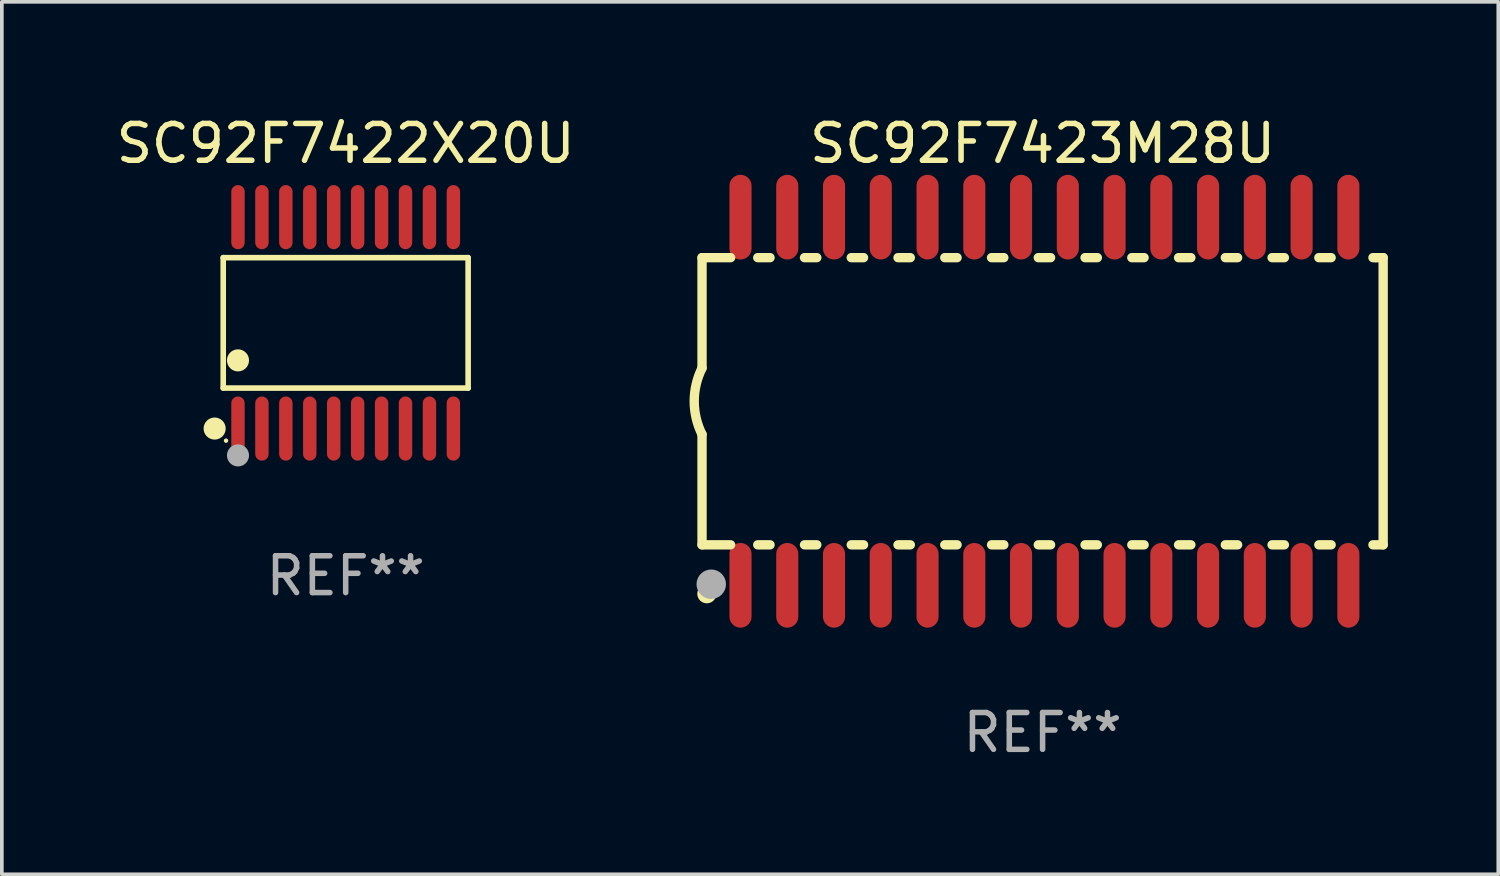
<source format=kicad_pcb>
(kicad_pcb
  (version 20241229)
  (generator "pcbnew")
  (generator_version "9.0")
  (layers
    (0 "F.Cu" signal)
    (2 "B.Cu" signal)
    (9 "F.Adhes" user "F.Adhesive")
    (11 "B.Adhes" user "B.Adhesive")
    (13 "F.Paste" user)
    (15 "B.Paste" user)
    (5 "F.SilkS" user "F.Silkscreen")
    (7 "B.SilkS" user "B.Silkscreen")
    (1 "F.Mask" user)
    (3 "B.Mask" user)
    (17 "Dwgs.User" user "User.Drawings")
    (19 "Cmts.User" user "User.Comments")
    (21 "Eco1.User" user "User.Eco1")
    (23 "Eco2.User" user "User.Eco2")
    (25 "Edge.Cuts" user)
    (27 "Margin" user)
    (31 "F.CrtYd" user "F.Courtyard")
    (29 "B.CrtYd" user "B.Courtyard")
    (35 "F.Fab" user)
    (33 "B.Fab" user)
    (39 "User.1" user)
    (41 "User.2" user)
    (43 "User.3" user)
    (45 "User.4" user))
  (footprint "SC92F7422X20U"
    (layer "F.Cu")
    (at 6.339 5.719)
    (property "Reference" "SC92F7422X20U" (at 0 -4.871 0) (layer "F.SilkS") (effects (font (size 1 1) (thickness 0.15))))
    (attr through_hole)
    (fp_line (start -3.326 -1.771) (end 3.326 -1.771) (stroke (width 0.152) (type solid)) (layer "F.SilkS"))
    (fp_line (start -3.326 1.771) (end -3.326 -1.771) (stroke (width 0.152) (type solid)) (layer "F.SilkS"))
    (fp_line (start 3.326 -1.771) (end 3.326 1.771) (stroke (width 0.152) (type solid)) (layer "F.SilkS"))
    (fp_line (start 3.326 1.771) (end -3.326 1.771) (stroke (width 0.152) (type solid)) (layer "F.SilkS"))
    (fp_circle (center -3.559 2.871) (end -3.409 2.871) (stroke (width 0.3) (type solid)) (fill no) (layer "F.SilkS"))
    (fp_circle (center -3.25 3.2) (end -3.22 3.2) (stroke (width 0.06) (type solid)) (fill no) (layer "F.SilkS"))
    (fp_circle (center -2.925 1.019) (end -2.775 1.019) (stroke (width 0.3) (type solid)) (fill no) (layer "F.SilkS"))
    (fp_circle (center -2.925 3.6) (end -2.775 3.6) (stroke (width 0.3) (type solid)) (fill no) (layer "F.Fab"))
    (fp_text user "REF**" (at 0 6.871 0) (layer "F.Fab") (effects (font (size 1 1) (thickness 0.15))))
    (pad "1" smd oval (at -2.925 2.871) (size 0.364 1.742) (layers "F.Cu" "F.Mask" "F.Paste"))
    (pad "2" smd oval (at -2.275 2.871) (size 0.364 1.742) (layers "F.Cu" "F.Mask" "F.Paste"))
    (pad "3" smd oval (at -1.625 2.871) (size 0.364 1.742) (layers "F.Cu" "F.Mask" "F.Paste"))
    (pad "4" smd oval (at -0.975 2.871) (size 0.364 1.742) (layers "F.Cu" "F.Mask" "F.Paste"))
    (pad "5" smd oval (at -0.325 2.871) (size 0.364 1.742) (layers "F.Cu" "F.Mask" "F.Paste"))
    (pad "6" smd oval (at 0.325 2.871) (size 0.364 1.742) (layers "F.Cu" "F.Mask" "F.Paste"))
    (pad "7" smd oval (at 0.975 2.871) (size 0.364 1.742) (layers "F.Cu" "F.Mask" "F.Paste"))
    (pad "8" smd oval (at 1.625 2.871) (size 0.364 1.742) (layers "F.Cu" "F.Mask" "F.Paste"))
    (pad "9" smd oval (at 2.275 2.871) (size 0.364 1.742) (layers "F.Cu" "F.Mask" "F.Paste"))
    (pad "10" smd oval (at 2.925 2.871) (size 0.364 1.742) (layers "F.Cu" "F.Mask" "F.Paste"))
    (pad "11" smd oval (at 2.925 -2.871) (size 0.364 1.742) (layers "F.Cu" "F.Mask" "F.Paste"))
    (pad "12" smd oval (at 2.275 -2.871) (size 0.364 1.742) (layers "F.Cu" "F.Mask" "F.Paste"))
    (pad "13" smd oval (at 1.625 -2.871) (size 0.364 1.742) (layers "F.Cu" "F.Mask" "F.Paste"))
    (pad "14" smd oval (at 0.975 -2.871) (size 0.364 1.742) (layers "F.Cu" "F.Mask" "F.Paste"))
    (pad "15" smd oval (at 0.325 -2.871) (size 0.364 1.742) (layers "F.Cu" "F.Mask" "F.Paste"))
    (pad "16" smd oval (at -0.325 -2.871) (size 0.364 1.742) (layers "F.Cu" "F.Mask" "F.Paste"))
    (pad "17" smd oval (at -0.975 -2.871) (size 0.364 1.742) (layers "F.Cu" "F.Mask" "F.Paste"))
    (pad "18" smd oval (at -1.625 -2.871) (size 0.364 1.742) (layers "F.Cu" "F.Mask" "F.Paste"))
    (pad "19" smd oval (at -2.275 -2.871) (size 0.364 1.742) (layers "F.Cu" "F.Mask" "F.Paste"))
    (pad "20" smd oval (at -2.925 -2.871) (size 0.364 1.742) (layers "F.Cu" "F.Mask" "F.Paste")))
  (footprint "SC92F7423M28U"
    (layer "F.Cu")
    (at 25.268 7.848)
    (property "Reference" "SC92F7423M28U" (at 0 -7 0) (layer "F.SilkS") (effects (font (size 1 1) (thickness 0.15))))
    (attr through_hole)
    (fp_line (start -9.25 -3.9) (end -9.25 -0.9) (stroke (width 0.254) (type solid)) (layer "F.SilkS"))
    (fp_line (start -9.25 -3.9) (end -8.473 -3.9) (stroke (width 0.254) (type solid)) (layer "F.SilkS"))
    (fp_line (start -9.25 3.9) (end -9.25 0.9) (stroke (width 0.254) (type solid)) (layer "F.SilkS"))
    (fp_line (start -9.25 3.9) (end -8.473 3.9) (stroke (width 0.254) (type solid)) (layer "F.SilkS"))
    (fp_line (start -7.737 -3.9) (end -7.403 -3.9) (stroke (width 0.254) (type solid)) (layer "F.SilkS"))
    (fp_line (start -7.737 3.9) (end -7.403 3.9) (stroke (width 0.254) (type solid)) (layer "F.SilkS"))
    (fp_line (start -6.467 3.9) (end -6.133 3.9) (stroke (width 0.254) (type solid)) (layer "F.SilkS"))
    (fp_line (start -6.467 -3.9) (end -6.133 -3.9) (stroke (width 0.254) (type solid)) (layer "F.SilkS"))
    (fp_line (start -5.197 3.9) (end -4.863 3.9) (stroke (width 0.254) (type solid)) (layer "F.SilkS"))
    (fp_line (start -5.197 -3.9) (end -4.863 -3.9) (stroke (width 0.254) (type solid)) (layer "F.SilkS"))
    (fp_line (start -3.927 3.9) (end -3.593 3.9) (stroke (width 0.254) (type solid)) (layer "F.SilkS"))
    (fp_line (start -3.927 -3.9) (end -3.593 -3.9) (stroke (width 0.254) (type solid)) (layer "F.SilkS"))
    (fp_line (start -2.657 3.9) (end -2.323 3.9) (stroke (width 0.254) (type solid)) (layer "F.SilkS"))
    (fp_line (start -2.657 -3.9) (end -2.323 -3.9) (stroke (width 0.254) (type solid)) (layer "F.SilkS"))
    (fp_line (start -1.387 3.9) (end -1.053 3.9) (stroke (width 0.254) (type solid)) (layer "F.SilkS"))
    (fp_line (start -1.387 -3.9) (end -1.053 -3.9) (stroke (width 0.254) (type solid)) (layer "F.SilkS"))
    (fp_line (start -0.117 3.9) (end 0.217 3.9) (stroke (width 0.254) (type solid)) (layer "F.SilkS"))
    (fp_line (start -0.117 -3.9) (end 0.217 -3.9) (stroke (width 0.254) (type solid)) (layer "F.SilkS"))
    (fp_line (start 1.153 3.9) (end 1.487 3.9) (stroke (width 0.254) (type solid)) (layer "F.SilkS"))
    (fp_line (start 1.153 -3.9) (end 1.487 -3.9) (stroke (width 0.254) (type solid)) (layer "F.SilkS"))
    (fp_line (start 2.423 3.9) (end 2.757 3.9) (stroke (width 0.254) (type solid)) (layer "F.SilkS"))
    (fp_line (start 2.423 -3.9) (end 2.757 -3.9) (stroke (width 0.254) (type solid)) (layer "F.SilkS"))
    (fp_line (start 3.693 3.9) (end 4.027 3.9) (stroke (width 0.254) (type solid)) (layer "F.SilkS"))
    (fp_line (start 3.693 -3.9) (end 4.027 -3.9) (stroke (width 0.254) (type solid)) (layer "F.SilkS"))
    (fp_line (start 4.963 3.9) (end 5.297 3.9) (stroke (width 0.254) (type solid)) (layer "F.SilkS"))
    (fp_line (start 4.963 -3.9) (end 5.297 -3.9) (stroke (width 0.254) (type solid)) (layer "F.SilkS"))
    (fp_line (start 6.233 3.9) (end 6.567 3.9) (stroke (width 0.254) (type solid)) (layer "F.SilkS"))
    (fp_line (start 6.233 -3.9) (end 6.567 -3.9) (stroke (width 0.254) (type solid)) (layer "F.SilkS"))
    (fp_line (start 7.503 -3.9) (end 7.837 -3.9) (stroke (width 0.254) (type solid)) (layer "F.SilkS"))
    (fp_line (start 7.503 3.9) (end 7.837 3.9) (stroke (width 0.254) (type solid)) (layer "F.SilkS"))
    (fp_line (start 8.973 -3.9) (end 9.05 -3.9) (stroke (width 0.254) (type solid)) (layer "F.SilkS"))
    (fp_line (start 8.973 3.9) (end 9.25 3.9) (stroke (width 0.254) (type solid)) (layer "F.SilkS"))
    (fp_line (start 9.05 -3.9) (end 9.25 -3.9) (stroke (width 0.254) (type solid)) (layer "F.SilkS"))
    (fp_line (start 9.25 -3.9) (end 9.25 3.9) (stroke (width 0.254) (type solid)) (layer "F.SilkS"))
    (fp_arc (start -9.249619 0.900432) (mid -9.462013 0.000246) (end -9.249873 -0.9) (stroke (width 0.254001) (type solid)) (layer "F.SilkS"))
    (fp_circle (center -9.2 5.3) (end -9.17 5.3) (stroke (width 0.06) (type solid)) (fill no) (layer "F.SilkS"))
    (fp_circle (center -9.12 5.23) (end -8.988 5.23) (stroke (width 0.254) (type solid)) (fill no) (layer "F.SilkS"))
    (fp_circle (center -9 4.97) (end -8.8 4.97) (stroke (width 0.4) (type solid)) (fill no) (layer "F.Fab"))
    (fp_text user "REF**" (at 0 9 0) (layer "F.Fab") (effects (font (size 1 1) (thickness 0.15))))
    (pad "1" smd oval (at -8.205 5) (size 0.6 2.3) (layers "F.Cu" "F.Mask" "F.Paste"))
    (pad "2" smd oval (at -6.935 5) (size 0.6 2.3) (layers "F.Cu" "F.Mask" "F.Paste"))
    (pad "3" smd oval (at -5.665 5) (size 0.6 2.3) (layers "F.Cu" "F.Mask" "F.Paste"))
    (pad "4" smd oval (at -4.395 5) (size 0.6 2.3) (layers "F.Cu" "F.Mask" "F.Paste"))
    (pad "5" smd oval (at -3.125 5) (size 0.6 2.3) (layers "F.Cu" "F.Mask" "F.Paste"))
    (pad "6" smd oval (at -1.855 5) (size 0.6 2.3) (layers "F.Cu" "F.Mask" "F.Paste"))
    (pad "7" smd oval (at -0.585 5) (size 0.6 2.3) (layers "F.Cu" "F.Mask" "F.Paste"))
    (pad "8" smd oval (at 0.685 5) (size 0.6 2.3) (layers "F.Cu" "F.Mask" "F.Paste"))
    (pad "9" smd oval (at 1.955 5) (size 0.6 2.3) (layers "F.Cu" "F.Mask" "F.Paste"))
    (pad "10" smd oval (at 3.225 5) (size 0.6 2.3) (layers "F.Cu" "F.Mask" "F.Paste"))
    (pad "11" smd oval (at 4.495 5) (size 0.6 2.3) (layers "F.Cu" "F.Mask" "F.Paste"))
    (pad "12" smd oval (at 5.765 5) (size 0.6 2.3) (layers "F.Cu" "F.Mask" "F.Paste"))
    (pad "13" smd oval (at 7.035 5) (size 0.6 2.3) (layers "F.Cu" "F.Mask" "F.Paste"))
    (pad "14" smd oval (at 8.305 5) (size 0.6 2.3) (layers "F.Cu" "F.Mask" "F.Paste"))
    (pad "15" smd oval (at 8.305 -5) (size 0.6 2.3) (layers "F.Cu" "F.Mask" "F.Paste"))
    (pad "16" smd oval (at 7.035 -5) (size 0.6 2.3) (layers "F.Cu" "F.Mask" "F.Paste"))
    (pad "17" smd oval (at 5.765 -5) (size 0.6 2.3) (layers "F.Cu" "F.Mask" "F.Paste"))
    (pad "18" smd oval (at 4.495 -5) (size 0.6 2.3) (layers "F.Cu" "F.Mask" "F.Paste"))
    (pad "19" smd oval (at 3.225 -5) (size 0.6 2.3) (layers "F.Cu" "F.Mask" "F.Paste"))
    (pad "20" smd oval (at 1.955 -5) (size 0.6 2.3) (layers "F.Cu" "F.Mask" "F.Paste"))
    (pad "21" smd oval (at 0.685 -5) (size 0.6 2.3) (layers "F.Cu" "F.Mask" "F.Paste"))
    (pad "22" smd oval (at -0.585 -5) (size 0.6 2.3) (layers "F.Cu" "F.Mask" "F.Paste"))
    (pad "23" smd oval (at -1.855 -5) (size 0.6 2.3) (layers "F.Cu" "F.Mask" "F.Paste"))
    (pad "24" smd oval (at -3.125 -5) (size 0.6 2.3) (layers "F.Cu" "F.Mask" "F.Paste"))
    (pad "25" smd oval (at -4.395 -5) (size 0.6 2.3) (layers "F.Cu" "F.Mask" "F.Paste"))
    (pad "26" smd oval (at -5.665 -5) (size 0.6 2.3) (layers "F.Cu" "F.Mask" "F.Paste"))
    (pad "27" smd oval (at -6.935 -5) (size 0.6 2.3) (layers "F.Cu" "F.Mask" "F.Paste"))
    (pad "28" smd oval (at -8.205 -5) (size 0.6 2.3) (layers "F.Cu" "F.Mask" "F.Paste")))
  (gr_rect
    (start -3 -3)
    (end 37.645 20.697)
    (stroke (width 0.1) (type default))
    (fill no)
    (layer "Edge.Cuts")))
</source>
